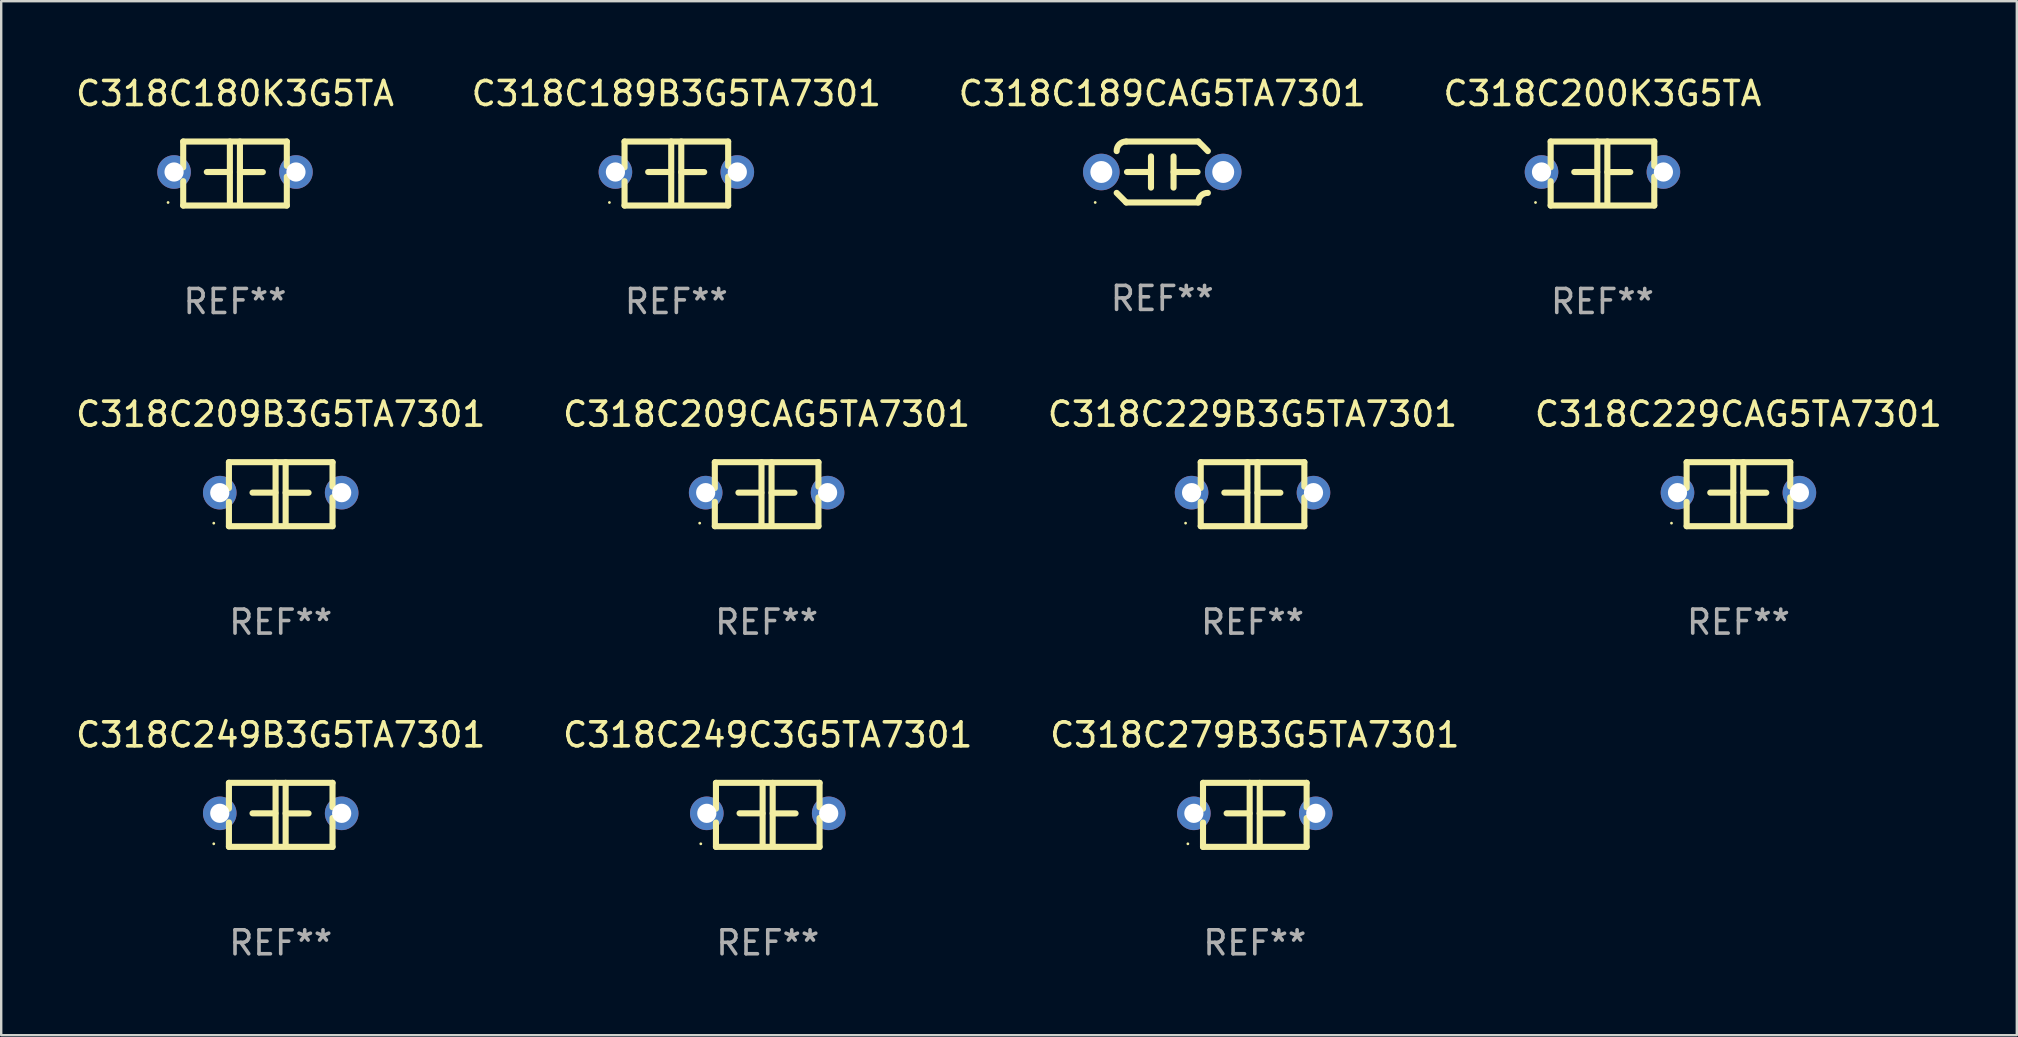
<source format=kicad_pcb>
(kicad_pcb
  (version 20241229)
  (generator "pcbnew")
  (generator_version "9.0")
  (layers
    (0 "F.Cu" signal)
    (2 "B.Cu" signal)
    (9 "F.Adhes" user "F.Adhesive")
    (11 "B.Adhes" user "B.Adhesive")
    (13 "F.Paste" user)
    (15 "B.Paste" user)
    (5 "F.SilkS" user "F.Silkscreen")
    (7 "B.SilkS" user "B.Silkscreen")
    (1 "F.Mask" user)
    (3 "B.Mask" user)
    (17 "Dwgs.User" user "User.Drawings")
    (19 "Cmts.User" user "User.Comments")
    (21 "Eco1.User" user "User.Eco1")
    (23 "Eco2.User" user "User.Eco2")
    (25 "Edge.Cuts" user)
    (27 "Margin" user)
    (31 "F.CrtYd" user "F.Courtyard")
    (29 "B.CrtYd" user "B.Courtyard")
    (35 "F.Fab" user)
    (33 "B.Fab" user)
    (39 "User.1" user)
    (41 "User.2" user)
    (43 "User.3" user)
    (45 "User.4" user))
  (footprint "C318C189B3G5TA7301"
    (layer "F.Cu")
    (at 25.137 4.182)
    (property "Reference" "C318C189B3G5TA7301" (at 0 -3.334 0) (layer "F.SilkS") (effects (font (size 1 1) (thickness 0.15))))
    (attr through_hole)
    (fp_line (start -2.159 -1.334) (end 2.159 -1.334) (stroke (width 0.254) (type solid)) (layer "F.SilkS"))
    (fp_line (start -2.159 -0.256) (end -2.159 -1.334) (stroke (width 0.254) (type solid)) (layer "F.SilkS"))
    (fp_line (start -2.159 1.334) (end -2.159 0.318) (stroke (width 0.254) (type solid)) (layer "F.SilkS"))
    (fp_line (start -0.22 -0.064) (end -1.175 -0.064) (stroke (width 0.254) (type solid)) (layer "F.SilkS"))
    (fp_line (start -0.214 -1.334) (end -0.214 1.207) (stroke (width 0.254) (type solid)) (layer "F.SilkS"))
    (fp_line (start 0.205 -1.334) (end 0.205 1.207) (stroke (width 0.254) (type solid)) (layer "F.SilkS"))
    (fp_line (start 0.205 -0.061) (end 1.16 -0.061) (stroke (width 0.254) (type solid)) (layer "F.SilkS"))
    (fp_line (start 2.159 -1.334) (end 2.159 -0.318) (stroke (width 0.254) (type solid)) (layer "F.SilkS"))
    (fp_line (start 2.159 0.129) (end 2.159 1.334) (stroke (width 0.254) (type solid)) (layer "F.SilkS"))
    (fp_line (start 2.159 1.334) (end -2.159 1.334) (stroke (width 0.254) (type solid)) (layer "F.SilkS"))
    (fp_circle (center -2.79 1.207) (end -2.76 1.207) (stroke (width 0.06) (type solid)) (fill no) (layer "F.SilkS"))
    (fp_text user "REF**" (at 0 5.334 0) (layer "F.Fab") (effects (font (size 1 1) (thickness 0.15))))
    (pad "1" thru_hole circle (at -2.54 -0.064) (size 1.4 1.4) (drill 0.8) (layers "*.Cu" "*.Mask"))
    (pad "2" thru_hole circle (at 2.54 -0.064) (size 1.4 1.4) (drill 0.8) (layers "*.Cu" "*.Mask")))
  (footprint "C318C209CAG5TA7301"
    (layer "F.Cu")
    (at 28.899 17.545)
    (property "Reference" "C318C209CAG5TA7301" (at 0 -3.334 0) (layer "F.SilkS") (effects (font (size 1 1) (thickness 0.15))))
    (attr through_hole)
    (fp_line (start -2.159 -1.334) (end 2.159 -1.334) (stroke (width 0.254) (type solid)) (layer "F.SilkS"))
    (fp_line (start -2.159 -0.256) (end -2.159 -1.334) (stroke (width 0.254) (type solid)) (layer "F.SilkS"))
    (fp_line (start -2.159 1.334) (end -2.159 0.318) (stroke (width 0.254) (type solid)) (layer "F.SilkS"))
    (fp_line (start -0.22 -0.064) (end -1.175 -0.064) (stroke (width 0.254) (type solid)) (layer "F.SilkS"))
    (fp_line (start -0.214 -1.334) (end -0.214 1.207) (stroke (width 0.254) (type solid)) (layer "F.SilkS"))
    (fp_line (start 0.205 -1.334) (end 0.205 1.207) (stroke (width 0.254) (type solid)) (layer "F.SilkS"))
    (fp_line (start 0.205 -0.061) (end 1.16 -0.061) (stroke (width 0.254) (type solid)) (layer "F.SilkS"))
    (fp_line (start 2.159 -1.334) (end 2.159 -0.318) (stroke (width 0.254) (type solid)) (layer "F.SilkS"))
    (fp_line (start 2.159 0.129) (end 2.159 1.334) (stroke (width 0.254) (type solid)) (layer "F.SilkS"))
    (fp_line (start 2.159 1.334) (end -2.159 1.334) (stroke (width 0.254) (type solid)) (layer "F.SilkS"))
    (fp_circle (center -2.79 1.207) (end -2.76 1.207) (stroke (width 0.06) (type solid)) (fill no) (layer "F.SilkS"))
    (fp_text user "REF**" (at 0 5.334 0) (layer "F.Fab") (effects (font (size 1 1) (thickness 0.15))))
    (pad "1" thru_hole circle (at -2.54 -0.064) (size 1.4 1.4) (drill 0.8) (layers "*.Cu" "*.Mask"))
    (pad "2" thru_hole circle (at 2.54 -0.064) (size 1.4 1.4) (drill 0.8) (layers "*.Cu" "*.Mask")))
  (footprint "C318C209B3G5TA7301"
    (layer "F.Cu")
    (at 8.649 17.545)
    (property "Reference" "C318C209B3G5TA7301" (at 0 -3.334 0) (layer "F.SilkS") (effects (font (size 1 1) (thickness 0.15))))
    (attr through_hole)
    (fp_line (start -2.159 -1.334) (end 2.159 -1.334) (stroke (width 0.254) (type solid)) (layer "F.SilkS"))
    (fp_line (start -2.159 -0.256) (end -2.159 -1.334) (stroke (width 0.254) (type solid)) (layer "F.SilkS"))
    (fp_line (start -2.159 1.334) (end -2.159 0.318) (stroke (width 0.254) (type solid)) (layer "F.SilkS"))
    (fp_line (start -0.22 -0.064) (end -1.175 -0.064) (stroke (width 0.254) (type solid)) (layer "F.SilkS"))
    (fp_line (start -0.214 -1.334) (end -0.214 1.207) (stroke (width 0.254) (type solid)) (layer "F.SilkS"))
    (fp_line (start 0.205 -1.334) (end 0.205 1.207) (stroke (width 0.254) (type solid)) (layer "F.SilkS"))
    (fp_line (start 0.205 -0.061) (end 1.16 -0.061) (stroke (width 0.254) (type solid)) (layer "F.SilkS"))
    (fp_line (start 2.159 -1.334) (end 2.159 -0.318) (stroke (width 0.254) (type solid)) (layer "F.SilkS"))
    (fp_line (start 2.159 0.129) (end 2.159 1.334) (stroke (width 0.254) (type solid)) (layer "F.SilkS"))
    (fp_line (start 2.159 1.334) (end -2.159 1.334) (stroke (width 0.254) (type solid)) (layer "F.SilkS"))
    (fp_circle (center -2.79 1.207) (end -2.76 1.207) (stroke (width 0.06) (type solid)) (fill no) (layer "F.SilkS"))
    (fp_text user "REF**" (at 0 5.334 0) (layer "F.Fab") (effects (font (size 1 1) (thickness 0.15))))
    (pad "1" thru_hole circle (at -2.54 -0.064) (size 1.4 1.4) (drill 0.8) (layers "*.Cu" "*.Mask"))
    (pad "2" thru_hole circle (at 2.54 -0.064) (size 1.4 1.4) (drill 0.8) (layers "*.Cu" "*.Mask")))
  (footprint "C318C249C3G5TA7301"
    (layer "F.Cu")
    (at 28.946 30.909)
    (property "Reference" "C318C249C3G5TA7301" (at 0 -3.334 0) (layer "F.SilkS") (effects (font (size 1 1) (thickness 0.15))))
    (attr through_hole)
    (fp_line (start -2.159 -1.334) (end 2.159 -1.334) (stroke (width 0.254) (type solid)) (layer "F.SilkS"))
    (fp_line (start -2.159 -0.256) (end -2.159 -1.334) (stroke (width 0.254) (type solid)) (layer "F.SilkS"))
    (fp_line (start -2.159 1.334) (end -2.159 0.318) (stroke (width 0.254) (type solid)) (layer "F.SilkS"))
    (fp_line (start -0.22 -0.064) (end -1.175 -0.064) (stroke (width 0.254) (type solid)) (layer "F.SilkS"))
    (fp_line (start -0.214 -1.334) (end -0.214 1.207) (stroke (width 0.254) (type solid)) (layer "F.SilkS"))
    (fp_line (start 0.205 -1.334) (end 0.205 1.207) (stroke (width 0.254) (type solid)) (layer "F.SilkS"))
    (fp_line (start 0.205 -0.061) (end 1.16 -0.061) (stroke (width 0.254) (type solid)) (layer "F.SilkS"))
    (fp_line (start 2.159 -1.334) (end 2.159 -0.318) (stroke (width 0.254) (type solid)) (layer "F.SilkS"))
    (fp_line (start 2.159 0.129) (end 2.159 1.334) (stroke (width 0.254) (type solid)) (layer "F.SilkS"))
    (fp_line (start 2.159 1.334) (end -2.159 1.334) (stroke (width 0.254) (type solid)) (layer "F.SilkS"))
    (fp_circle (center -2.79 1.207) (end -2.76 1.207) (stroke (width 0.06) (type solid)) (fill no) (layer "F.SilkS"))
    (fp_text user "REF**" (at 0 5.334 0) (layer "F.Fab") (effects (font (size 1 1) (thickness 0.15))))
    (pad "1" thru_hole circle (at -2.54 -0.064) (size 1.4 1.4) (drill 0.8) (layers "*.Cu" "*.Mask"))
    (pad "2" thru_hole circle (at 2.54 -0.064) (size 1.4 1.4) (drill 0.8) (layers "*.Cu" "*.Mask")))
  (footprint "C318C200K3G5TA"
    (layer "F.Cu")
    (at 63.732 4.182)
    (property "Reference" "C318C200K3G5TA" (at 0 -3.334 0) (layer "F.SilkS") (effects (font (size 1 1) (thickness 0.15))))
    (attr through_hole)
    (fp_line (start -2.159 -1.334) (end 2.159 -1.334) (stroke (width 0.254) (type solid)) (layer "F.SilkS"))
    (fp_line (start -2.159 -0.256) (end -2.159 -1.334) (stroke (width 0.254) (type solid)) (layer "F.SilkS"))
    (fp_line (start -2.159 1.334) (end -2.159 0.318) (stroke (width 0.254) (type solid)) (layer "F.SilkS"))
    (fp_line (start -0.22 -0.064) (end -1.175 -0.064) (stroke (width 0.254) (type solid)) (layer "F.SilkS"))
    (fp_line (start -0.214 -1.334) (end -0.214 1.207) (stroke (width 0.254) (type solid)) (layer "F.SilkS"))
    (fp_line (start 0.205 -1.334) (end 0.205 1.207) (stroke (width 0.254) (type solid)) (layer "F.SilkS"))
    (fp_line (start 0.205 -0.061) (end 1.16 -0.061) (stroke (width 0.254) (type solid)) (layer "F.SilkS"))
    (fp_line (start 2.159 -1.334) (end 2.159 -0.318) (stroke (width 0.254) (type solid)) (layer "F.SilkS"))
    (fp_line (start 2.159 0.129) (end 2.159 1.334) (stroke (width 0.254) (type solid)) (layer "F.SilkS"))
    (fp_line (start 2.159 1.334) (end -2.159 1.334) (stroke (width 0.254) (type solid)) (layer "F.SilkS"))
    (fp_circle (center -2.79 1.207) (end -2.76 1.207) (stroke (width 0.06) (type solid)) (fill no) (layer "F.SilkS"))
    (fp_text user "REF**" (at 0 5.334 0) (layer "F.Fab") (effects (font (size 1 1) (thickness 0.15))))
    (pad "1" thru_hole circle (at -2.54 -0.064) (size 1.4 1.4) (drill 0.8) (layers "*.Cu" "*.Mask"))
    (pad "2" thru_hole circle (at 2.54 -0.064) (size 1.4 1.4) (drill 0.8) (layers "*.Cu" "*.Mask")))
  (footprint "C318C279B3G5TA7301"
    (layer "F.Cu")
    (at 49.244 30.909)
    (property "Reference" "C318C279B3G5TA7301" (at 0 -3.334 0) (layer "F.SilkS") (effects (font (size 1 1) (thickness 0.15))))
    (attr through_hole)
    (fp_line (start -2.159 -1.334) (end 2.159 -1.334) (stroke (width 0.254) (type solid)) (layer "F.SilkS"))
    (fp_line (start -2.159 -0.256) (end -2.159 -1.334) (stroke (width 0.254) (type solid)) (layer "F.SilkS"))
    (fp_line (start -2.159 1.334) (end -2.159 0.318) (stroke (width 0.254) (type solid)) (layer "F.SilkS"))
    (fp_line (start -0.22 -0.064) (end -1.175 -0.064) (stroke (width 0.254) (type solid)) (layer "F.SilkS"))
    (fp_line (start -0.214 -1.334) (end -0.214 1.207) (stroke (width 0.254) (type solid)) (layer "F.SilkS"))
    (fp_line (start 0.205 -1.334) (end 0.205 1.207) (stroke (width 0.254) (type solid)) (layer "F.SilkS"))
    (fp_line (start 0.205 -0.061) (end 1.16 -0.061) (stroke (width 0.254) (type solid)) (layer "F.SilkS"))
    (fp_line (start 2.159 -1.334) (end 2.159 -0.318) (stroke (width 0.254) (type solid)) (layer "F.SilkS"))
    (fp_line (start 2.159 0.129) (end 2.159 1.334) (stroke (width 0.254) (type solid)) (layer "F.SilkS"))
    (fp_line (start 2.159 1.334) (end -2.159 1.334) (stroke (width 0.254) (type solid)) (layer "F.SilkS"))
    (fp_circle (center -2.79 1.207) (end -2.76 1.207) (stroke (width 0.06) (type solid)) (fill no) (layer "F.SilkS"))
    (fp_text user "REF**" (at 0 5.334 0) (layer "F.Fab") (effects (font (size 1 1) (thickness 0.15))))
    (pad "1" thru_hole circle (at -2.54 -0.064) (size 1.4 1.4) (drill 0.8) (layers "*.Cu" "*.Mask"))
    (pad "2" thru_hole circle (at 2.54 -0.064) (size 1.4 1.4) (drill 0.8) (layers "*.Cu" "*.Mask")))
  (footprint "C318C229CAG5TA7301"
    (layer "F.Cu")
    (at 69.399 17.545)
    (property "Reference" "C318C229CAG5TA7301" (at 0 -3.334 0) (layer "F.SilkS") (effects (font (size 1 1) (thickness 0.15))))
    (attr through_hole)
    (fp_line (start -2.159 -1.334) (end 2.159 -1.334) (stroke (width 0.254) (type solid)) (layer "F.SilkS"))
    (fp_line (start -2.159 -0.256) (end -2.159 -1.334) (stroke (width 0.254) (type solid)) (layer "F.SilkS"))
    (fp_line (start -2.159 1.334) (end -2.159 0.318) (stroke (width 0.254) (type solid)) (layer "F.SilkS"))
    (fp_line (start -0.22 -0.064) (end -1.175 -0.064) (stroke (width 0.254) (type solid)) (layer "F.SilkS"))
    (fp_line (start -0.214 -1.334) (end -0.214 1.207) (stroke (width 0.254) (type solid)) (layer "F.SilkS"))
    (fp_line (start 0.205 -1.334) (end 0.205 1.207) (stroke (width 0.254) (type solid)) (layer "F.SilkS"))
    (fp_line (start 0.205 -0.061) (end 1.16 -0.061) (stroke (width 0.254) (type solid)) (layer "F.SilkS"))
    (fp_line (start 2.159 -1.334) (end 2.159 -0.318) (stroke (width 0.254) (type solid)) (layer "F.SilkS"))
    (fp_line (start 2.159 0.129) (end 2.159 1.334) (stroke (width 0.254) (type solid)) (layer "F.SilkS"))
    (fp_line (start 2.159 1.334) (end -2.159 1.334) (stroke (width 0.254) (type solid)) (layer "F.SilkS"))
    (fp_circle (center -2.79 1.207) (end -2.76 1.207) (stroke (width 0.06) (type solid)) (fill no) (layer "F.SilkS"))
    (fp_text user "REF**" (at 0 5.334 0) (layer "F.Fab") (effects (font (size 1 1) (thickness 0.15))))
    (pad "1" thru_hole circle (at -2.54 -0.064) (size 1.4 1.4) (drill 0.8) (layers "*.Cu" "*.Mask"))
    (pad "2" thru_hole circle (at 2.54 -0.064) (size 1.4 1.4) (drill 0.8) (layers "*.Cu" "*.Mask")))
  (footprint "C318C229B3G5TA7301"
    (layer "F.Cu")
    (at 49.149 17.545)
    (property "Reference" "C318C229B3G5TA7301" (at 0 -3.334 0) (layer "F.SilkS") (effects (font (size 1 1) (thickness 0.15))))
    (attr through_hole)
    (fp_line (start -2.159 -1.334) (end 2.159 -1.334) (stroke (width 0.254) (type solid)) (layer "F.SilkS"))
    (fp_line (start -2.159 -0.256) (end -2.159 -1.334) (stroke (width 0.254) (type solid)) (layer "F.SilkS"))
    (fp_line (start -2.159 1.334) (end -2.159 0.318) (stroke (width 0.254) (type solid)) (layer "F.SilkS"))
    (fp_line (start -0.22 -0.064) (end -1.175 -0.064) (stroke (width 0.254) (type solid)) (layer "F.SilkS"))
    (fp_line (start -0.214 -1.334) (end -0.214 1.207) (stroke (width 0.254) (type solid)) (layer "F.SilkS"))
    (fp_line (start 0.205 -1.334) (end 0.205 1.207) (stroke (width 0.254) (type solid)) (layer "F.SilkS"))
    (fp_line (start 0.205 -0.061) (end 1.16 -0.061) (stroke (width 0.254) (type solid)) (layer "F.SilkS"))
    (fp_line (start 2.159 -1.334) (end 2.159 -0.318) (stroke (width 0.254) (type solid)) (layer "F.SilkS"))
    (fp_line (start 2.159 0.129) (end 2.159 1.334) (stroke (width 0.254) (type solid)) (layer "F.SilkS"))
    (fp_line (start 2.159 1.334) (end -2.159 1.334) (stroke (width 0.254) (type solid)) (layer "F.SilkS"))
    (fp_circle (center -2.79 1.207) (end -2.76 1.207) (stroke (width 0.06) (type solid)) (fill no) (layer "F.SilkS"))
    (fp_text user "REF**" (at 0 5.334 0) (layer "F.Fab") (effects (font (size 1 1) (thickness 0.15))))
    (pad "1" thru_hole circle (at -2.54 -0.064) (size 1.4 1.4) (drill 0.8) (layers "*.Cu" "*.Mask"))
    (pad "2" thru_hole circle (at 2.54 -0.064) (size 1.4 1.4) (drill 0.8) (layers "*.Cu" "*.Mask")))
  (footprint "C318C249B3G5TA7301"
    (layer "F.Cu")
    (at 8.649 30.909)
    (property "Reference" "C318C249B3G5TA7301" (at 0 -3.334 0) (layer "F.SilkS") (effects (font (size 1 1) (thickness 0.15))))
    (attr through_hole)
    (fp_line (start -2.159 -1.334) (end 2.159 -1.334) (stroke (width 0.254) (type solid)) (layer "F.SilkS"))
    (fp_line (start -2.159 -0.256) (end -2.159 -1.334) (stroke (width 0.254) (type solid)) (layer "F.SilkS"))
    (fp_line (start -2.159 1.334) (end -2.159 0.318) (stroke (width 0.254) (type solid)) (layer "F.SilkS"))
    (fp_line (start -0.22 -0.064) (end -1.175 -0.064) (stroke (width 0.254) (type solid)) (layer "F.SilkS"))
    (fp_line (start -0.214 -1.334) (end -0.214 1.207) (stroke (width 0.254) (type solid)) (layer "F.SilkS"))
    (fp_line (start 0.205 -1.334) (end 0.205 1.207) (stroke (width 0.254) (type solid)) (layer "F.SilkS"))
    (fp_line (start 0.205 -0.061) (end 1.16 -0.061) (stroke (width 0.254) (type solid)) (layer "F.SilkS"))
    (fp_line (start 2.159 -1.334) (end 2.159 -0.318) (stroke (width 0.254) (type solid)) (layer "F.SilkS"))
    (fp_line (start 2.159 0.129) (end 2.159 1.334) (stroke (width 0.254) (type solid)) (layer "F.SilkS"))
    (fp_line (start 2.159 1.334) (end -2.159 1.334) (stroke (width 0.254) (type solid)) (layer "F.SilkS"))
    (fp_circle (center -2.79 1.207) (end -2.76 1.207) (stroke (width 0.06) (type solid)) (fill no) (layer "F.SilkS"))
    (fp_text user "REF**" (at 0 5.334 0) (layer "F.Fab") (effects (font (size 1 1) (thickness 0.15))))
    (pad "1" thru_hole circle (at -2.54 -0.064) (size 1.4 1.4) (drill 0.8) (layers "*.Cu" "*.Mask"))
    (pad "2" thru_hole circle (at 2.54 -0.064) (size 1.4 1.4) (drill 0.8) (layers "*.Cu" "*.Mask")))
  (footprint "C318C180K3G5TA"
    (layer "F.Cu")
    (at 6.744 4.182)
    (property "Reference" "C318C180K3G5TA" (at 0 -3.334 0) (layer "F.SilkS") (effects (font (size 1 1) (thickness 0.15))))
    (attr through_hole)
    (fp_line (start -2.159 -1.334) (end 2.159 -1.334) (stroke (width 0.254) (type solid)) (layer "F.SilkS"))
    (fp_line (start -2.159 -0.256) (end -2.159 -1.334) (stroke (width 0.254) (type solid)) (layer "F.SilkS"))
    (fp_line (start -2.159 1.334) (end -2.159 0.318) (stroke (width 0.254) (type solid)) (layer "F.SilkS"))
    (fp_line (start -0.22 -0.064) (end -1.175 -0.064) (stroke (width 0.254) (type solid)) (layer "F.SilkS"))
    (fp_line (start -0.214 -1.334) (end -0.214 1.207) (stroke (width 0.254) (type solid)) (layer "F.SilkS"))
    (fp_line (start 0.205 -1.334) (end 0.205 1.207) (stroke (width 0.254) (type solid)) (layer "F.SilkS"))
    (fp_line (start 0.205 -0.061) (end 1.16 -0.061) (stroke (width 0.254) (type solid)) (layer "F.SilkS"))
    (fp_line (start 2.159 -1.334) (end 2.159 -0.318) (stroke (width 0.254) (type solid)) (layer "F.SilkS"))
    (fp_line (start 2.159 0.129) (end 2.159 1.334) (stroke (width 0.254) (type solid)) (layer "F.SilkS"))
    (fp_line (start 2.159 1.334) (end -2.159 1.334) (stroke (width 0.254) (type solid)) (layer "F.SilkS"))
    (fp_circle (center -2.79 1.207) (end -2.76 1.207) (stroke (width 0.06) (type solid)) (fill no) (layer "F.SilkS"))
    (fp_text user "REF**" (at 0 5.334 0) (layer "F.Fab") (effects (font (size 1 1) (thickness 0.15))))
    (pad "1" thru_hole circle (at -2.54 -0.064) (size 1.4 1.4) (drill 0.8) (layers "*.Cu" "*.Mask"))
    (pad "2" thru_hole circle (at 2.54 -0.064) (size 1.4 1.4) (drill 0.8) (layers "*.Cu" "*.Mask")))
  (footprint "C318C189CAG5TA7301"
    (layer "F.Cu")
    (at 45.387 4.118)
    (property "Reference" "C318C189CAG5TA7301" (at 0 -3.27 0) (layer "F.SilkS") (effects (font (size 1 1) (thickness 0.15))))
    (attr through_hole)
    (fp_line (start -1.5 -1.27) (end 1.5 -1.27) (stroke (width 0.254) (type solid)) (layer "F.SilkS"))
    (fp_line (start -0.47 -0.65) (end -0.47 0.65) (stroke (width 0.254) (type solid)) (layer "F.SilkS"))
    (fp_line (start -0.47 -0.000381) (end -1.47 -0.000381) (stroke (width 0.254) (type solid)) (layer "F.SilkS"))
    (fp_line (start 0.47 0.000356) (end 1.47 0.000356) (stroke (width 0.254) (type solid)) (layer "F.SilkS"))
    (fp_line (start 0.47 0.65) (end 0.47 -0.65) (stroke (width 0.254) (type solid)) (layer "F.SilkS"))
    (fp_line (start 1.5 1.27) (end -1.5 1.27) (stroke (width 0.254) (type solid)) (layer "F.SilkS"))
    (fp_arc (start -1.899924 -0.871221) (mid -1.78599 -1.156887) (end -1.5 -1.270003) (stroke (width 0.254001) (type solid)) (layer "F.SilkS"))
    (fp_arc (start -1.501217 1.269929) (mid -1.700682 1.070039) (end -1.9 0.870003) (stroke (width 0.254001) (type solid)) (layer "F.SilkS"))
    (fp_arc (start 1.5 1.270003) (mid 1.614112 0.984517) (end 1.899923 0.871222) (stroke (width 0.254001) (type solid)) (layer "F.SilkS"))
    (fp_arc (start 1.501219 -1.269927) (mid 1.70319 -1.072538) (end 1.9 -0.870003) (stroke (width 0.254001) (type solid)) (layer "F.SilkS"))
    (fp_circle (center -2.795 1.27) (end -2.765 1.27) (stroke (width 0.06) (type solid)) (fill no) (layer "F.SilkS"))
    (fp_text user "REF**" (at 0 5.27 0) (layer "F.Fab") (effects (font (size 1 1) (thickness 0.15))))
    (pad "1" thru_hole circle (at -2.54 0) (size 1.524 1.524) (drill 0.914) (layers "*.Cu" "*.Mask"))
    (pad "2" thru_hole circle (at 2.54 0) (size 1.524 1.524) (drill 0.914) (layers "*.Cu" "*.Mask")))
  (gr_rect
    (start -3 -3)
    (end 81 40.091)
    (stroke (width 0.1) (type default))
    (fill no)
    (layer "Edge.Cuts")))
</source>
